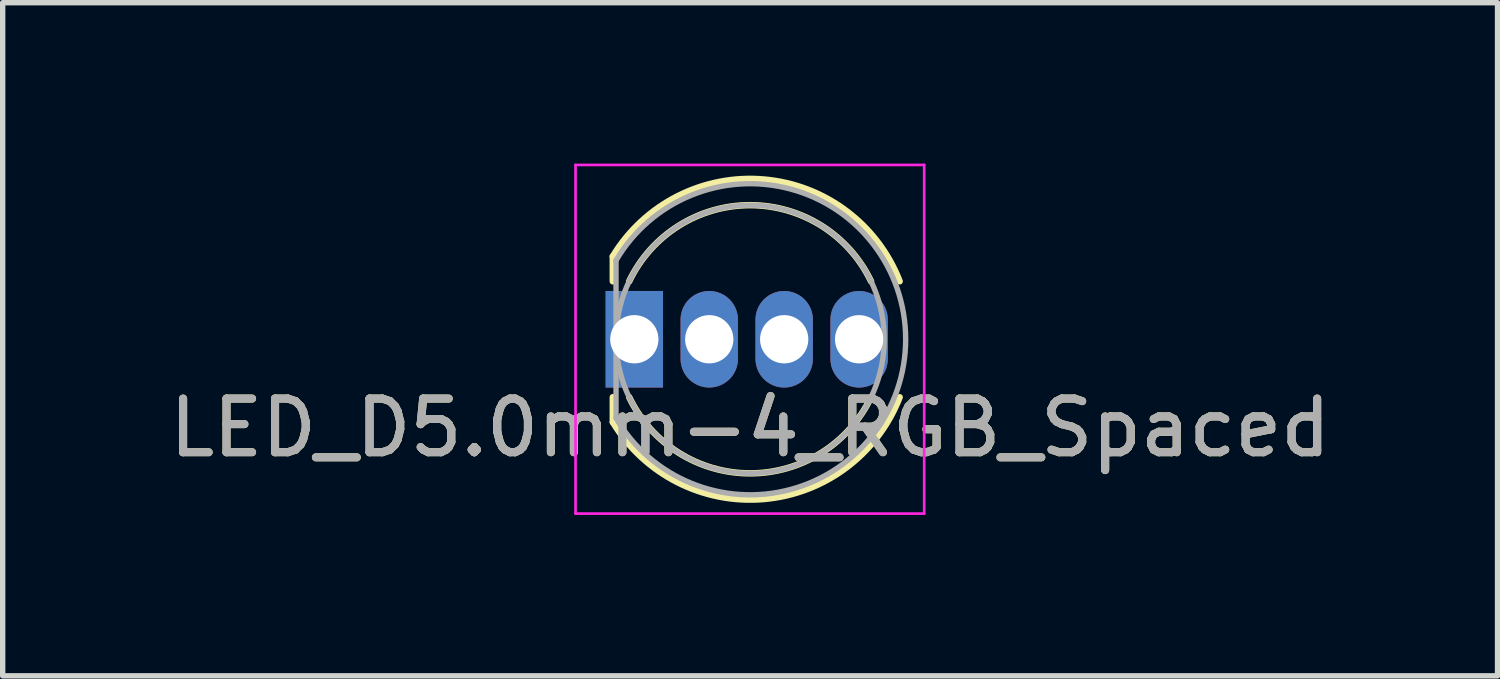
<source format=kicad_pcb>
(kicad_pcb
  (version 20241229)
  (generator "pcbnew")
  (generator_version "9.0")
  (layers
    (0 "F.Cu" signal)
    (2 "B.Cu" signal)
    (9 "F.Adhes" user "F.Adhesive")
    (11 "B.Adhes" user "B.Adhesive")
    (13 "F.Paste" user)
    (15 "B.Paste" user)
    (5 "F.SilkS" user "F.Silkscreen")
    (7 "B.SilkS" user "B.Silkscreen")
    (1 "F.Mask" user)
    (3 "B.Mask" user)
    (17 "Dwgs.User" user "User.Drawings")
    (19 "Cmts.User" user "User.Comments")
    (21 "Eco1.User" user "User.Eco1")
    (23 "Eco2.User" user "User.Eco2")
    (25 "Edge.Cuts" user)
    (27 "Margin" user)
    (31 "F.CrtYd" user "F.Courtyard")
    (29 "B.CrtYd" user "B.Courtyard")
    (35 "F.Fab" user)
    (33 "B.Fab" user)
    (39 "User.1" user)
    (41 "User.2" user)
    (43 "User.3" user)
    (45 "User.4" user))
  (footprint "LED_D5.0mm-4_RGB_Spaced"
    (layer "F.Cu")
    (at 9.03 3.275)
    (property "Reference" "LED_D5.0mm-4_RGB_Spaced" (at 1.905 1.651 0) (layer "F.SilkS") (effects (font (size 1 1) (thickness 0.15))))
    (attr through_hole)
    (fp_line (start -0.655 -1.545) (end -0.655 -1.08) (stroke (width 0.12) (type solid)) (layer "F.SilkS"))
    (fp_line (start -0.655 1.08) (end -0.655 1.545) (stroke (width 0.12) (type solid)) (layer "F.SilkS"))
    (fp_arc (start -0.655 -1.54483) (mid 2.163456 -2.978809) (end 4.692815 -1.080827) (stroke (width 0.12) (type solid)) (layer "F.SilkS"))
    (fp_arc (start -0.349684 -1.08) (mid 1.904762 -2.5) (end 4.159479 -1.080429) (stroke (width 0.12) (type solid)) (layer "F.SilkS"))
    (fp_arc (start 4.159479 1.080429) (mid 1.904762 2.5) (end -0.349684 1.08) (stroke (width 0.12) (type solid)) (layer "F.SilkS"))
    (fp_arc (start 4.692815 1.080827) (mid 2.163456 2.978808) (end -0.655 1.54483) (stroke (width 0.12) (type solid)) (layer "F.SilkS"))
    (fp_line (start -1.35 -3.25) (end -1.35 3.25) (stroke (width 0.05) (type solid)) (layer "F.CrtYd"))
    (fp_line (start -1.35 3.25) (end 5.15 3.25) (stroke (width 0.05) (type solid)) (layer "F.CrtYd"))
    (fp_line (start 5.15 -3.25) (end -1.35 -3.25) (stroke (width 0.05) (type solid)) (layer "F.CrtYd"))
    (fp_line (start 5.15 3.25) (end 5.15 -3.25) (stroke (width 0.05) (type solid)) (layer "F.CrtYd"))
    (fp_line (start -0.595 -1.47) (end -0.595 1.47) (stroke (width 0.1) (type solid)) (layer "F.Fab"))
    (fp_arc (start -0.595 -1.469694) (mid 4.805 0.000016) (end -0.595016 1.469666) (stroke (width 0.1) (type solid)) (layer "F.Fab"))
    (fp_circle (center 1.905 0) (end 4.405 0) (stroke (width 0.1) (type solid)) (fill no) (layer "F.Fab"))
    (fp_text user "${REFERENCE}" (at 1.905 1.651 0) (layer "F.Fab") (effects (font (size 1 1) (thickness 0.15))))
    (pad "1" thru_hole rect (at -0.254 0) (size 1.07 1.8) (drill 0.9) (layers "*.Cu" "*.Mask"))
    (pad "2" thru_hole oval (at 1.143 0) (size 1.07 1.8) (drill 0.9) (layers "*.Cu" "*.Mask"))
    (pad "3" thru_hole oval (at 2.54 0) (size 1.07 1.8) (drill 0.9) (layers "*.Cu" "*.Mask"))
    (pad "4" thru_hole oval (at 3.937 0) (size 1.07 1.8) (drill 0.9) (layers "*.Cu" "*.Mask")))
  (gr_rect
    (start -3 -3)
    (end 24.869 9.55)
    (stroke (width 0.1) (type default))
    (fill no)
    (layer "Edge.Cuts")))
</source>
